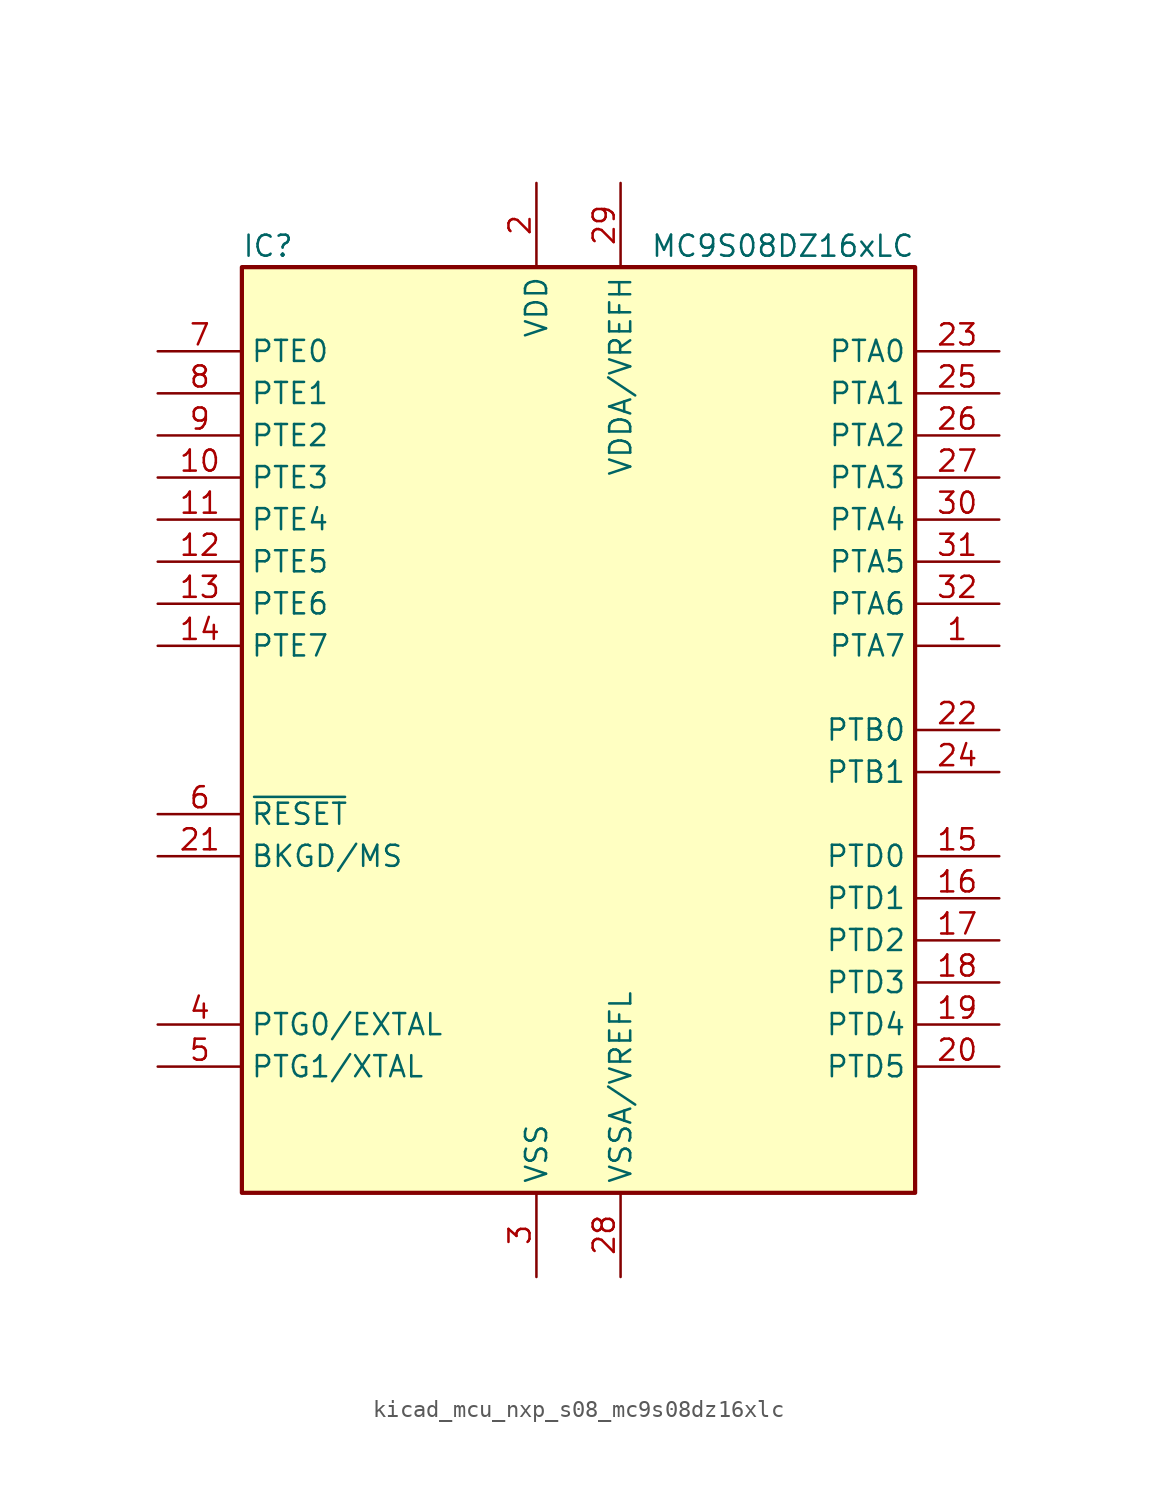
<source format=kicad_sym>
(kicad_symbol_lib
  (version 20220914)
  (generator kicad_symbol_editor)
  (symbol "kicad_mcu_nxp_s08_mc9s08dz16xlc"
    (property "Reference" "IC"
      (at -20.32 29.21 0)
      (effects (font (size 1.27 1.27)) (justify left)))
    (property "Value" "MC9S08DZ16xLC"
      (at 20.32 29.21 0)
      (effects (font (size 1.27 1.27)) (justify right)))
    (symbol "kicad_mcu_nxp_s08_mc9s08dz16xlc_0_1"
      (rectangle (start -20.32 27.94) (end 20.32 -27.94) (stroke (width 0.254) (type default)) (fill (type background))))
    (symbol "kicad_mcu_nxp_s08_mc9s08dz16xlc_1_1"
      (pin bidirectional line (at 25.4 5.08 180) (length 5.08) (name "PTA7" (effects (font (size 1.27 1.27)))) (number "1" (effects (font (size 1.27 1.27)))))
      (pin bidirectional line (at -25.4 15.24 0) (length 5.08) (name "PTE3" (effects (font (size 1.27 1.27)))) (number "10" (effects (font (size 1.27 1.27)))))
      (pin bidirectional line (at -25.4 12.7 0) (length 5.08) (name "PTE4" (effects (font (size 1.27 1.27)))) (number "11" (effects (font (size 1.27 1.27)))))
      (pin bidirectional line (at -25.4 10.16 0) (length 5.08) (name "PTE5" (effects (font (size 1.27 1.27)))) (number "12" (effects (font (size 1.27 1.27)))))
      (pin bidirectional line (at -25.4 7.62 0) (length 5.08) (name "PTE6" (effects (font (size 1.27 1.27)))) (number "13" (effects (font (size 1.27 1.27)))))
      (pin bidirectional line (at -25.4 5.08 0) (length 5.08) (name "PTE7" (effects (font (size 1.27 1.27)))) (number "14" (effects (font (size 1.27 1.27)))))
      (pin bidirectional line (at 25.4 -7.62 180) (length 5.08) (name "PTD0" (effects (font (size 1.27 1.27)))) (number "15" (effects (font (size 1.27 1.27)))))
      (pin bidirectional line (at 25.4 -10.16 180) (length 5.08) (name "PTD1" (effects (font (size 1.27 1.27)))) (number "16" (effects (font (size 1.27 1.27)))))
      (pin bidirectional line (at 25.4 -12.7 180) (length 5.08) (name "PTD2" (effects (font (size 1.27 1.27)))) (number "17" (effects (font (size 1.27 1.27)))))
      (pin bidirectional line (at 25.4 -15.24 180) (length 5.08) (name "PTD3" (effects (font (size 1.27 1.27)))) (number "18" (effects (font (size 1.27 1.27)))))
      (pin bidirectional line (at 25.4 -17.78 180) (length 5.08) (name "PTD4" (effects (font (size 1.27 1.27)))) (number "19" (effects (font (size 1.27 1.27)))))
      (pin power_in line (at -2.54 33.02 270) (length 5.08) (name "VDD" (effects (font (size 1.27 1.27)))) (number "2" (effects (font (size 1.27 1.27)))))
      (pin bidirectional line (at 25.4 -20.32 180) (length 5.08) (name "PTD5" (effects (font (size 1.27 1.27)))) (number "20" (effects (font (size 1.27 1.27)))))
      (pin bidirectional line (at -25.4 -7.62 0) (length 5.08) (name "BKGD/MS" (effects (font (size 1.27 1.27)))) (number "21" (effects (font (size 1.27 1.27)))))
      (pin bidirectional line (at 25.4 0 180) (length 5.08) (name "PTB0" (effects (font (size 1.27 1.27)))) (number "22" (effects (font (size 1.27 1.27)))))
      (pin bidirectional line (at 25.4 22.86 180) (length 5.08) (name "PTA0" (effects (font (size 1.27 1.27)))) (number "23" (effects (font (size 1.27 1.27)))))
      (pin bidirectional line (at 25.4 -2.54 180) (length 5.08) (name "PTB1" (effects (font (size 1.27 1.27)))) (number "24" (effects (font (size 1.27 1.27)))))
      (pin bidirectional line (at 25.4 20.32 180) (length 5.08) (name "PTA1" (effects (font (size 1.27 1.27)))) (number "25" (effects (font (size 1.27 1.27)))))
      (pin bidirectional line (at 25.4 17.78 180) (length 5.08) (name "PTA2" (effects (font (size 1.27 1.27)))) (number "26" (effects (font (size 1.27 1.27)))))
      (pin bidirectional line (at 25.4 15.24 180) (length 5.08) (name "PTA3" (effects (font (size 1.27 1.27)))) (number "27" (effects (font (size 1.27 1.27)))))
      (pin power_in line (at 2.54 -33.02 90) (length 5.08) (name "VSSA/VREFL" (effects (font (size 1.27 1.27)))) (number "28" (effects (font (size 1.27 1.27)))))
      (pin power_in line (at 2.54 33.02 270) (length 5.08) (name "VDDA/VREFH" (effects (font (size 1.27 1.27)))) (number "29" (effects (font (size 1.27 1.27)))))
      (pin power_in line (at -2.54 -33.02 90) (length 5.08) (name "VSS" (effects (font (size 1.27 1.27)))) (number "3" (effects (font (size 1.27 1.27)))))
      (pin bidirectional line (at 25.4 12.7 180) (length 5.08) (name "PTA4" (effects (font (size 1.27 1.27)))) (number "30" (effects (font (size 1.27 1.27)))))
      (pin bidirectional line (at 25.4 10.16 180) (length 5.08) (name "PTA5" (effects (font (size 1.27 1.27)))) (number "31" (effects (font (size 1.27 1.27)))))
      (pin bidirectional line (at 25.4 7.62 180) (length 5.08) (name "PTA6" (effects (font (size 1.27 1.27)))) (number "32" (effects (font (size 1.27 1.27)))))
      (pin bidirectional line (at -25.4 -17.78 0) (length 5.08) (name "PTG0/EXTAL" (effects (font (size 1.27 1.27)))) (number "4" (effects (font (size 1.27 1.27)))))
      (pin bidirectional line (at -25.4 -20.32 0) (length 5.08) (name "PTG1/XTAL" (effects (font (size 1.27 1.27)))) (number "5" (effects (font (size 1.27 1.27)))))
      (pin input line (at -25.4 -5.08 0) (length 5.08) (name "~{RESET}" (effects (font (size 1.27 1.27)))) (number "6" (effects (font (size 1.27 1.27)))))
      (pin bidirectional line (at -25.4 22.86 0) (length 5.08) (name "PTE0" (effects (font (size 1.27 1.27)))) (number "7" (effects (font (size 1.27 1.27)))))
      (pin bidirectional line (at -25.4 20.32 0) (length 5.08) (name "PTE1" (effects (font (size 1.27 1.27)))) (number "8" (effects (font (size 1.27 1.27)))))
      (pin bidirectional line (at -25.4 17.78 0) (length 5.08) (name "PTE2" (effects (font (size 1.27 1.27)))) (number "9" (effects (font (size 1.27 1.27))))))))
</source>
